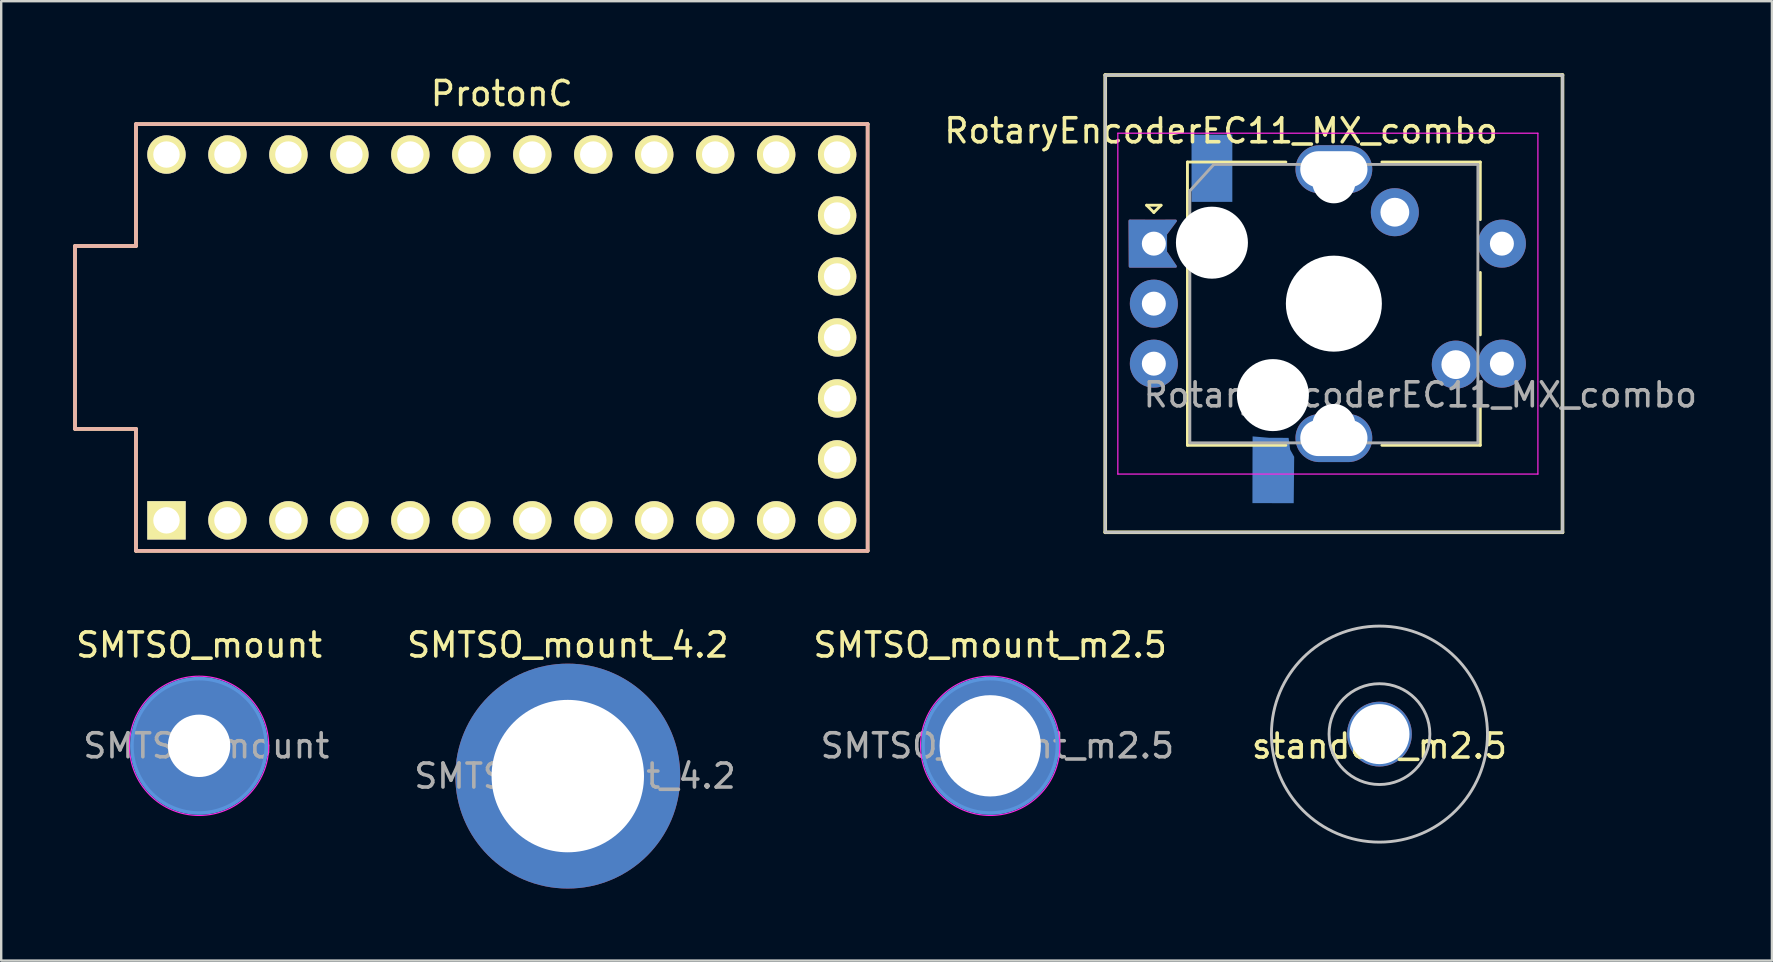
<source format=kicad_pcb>
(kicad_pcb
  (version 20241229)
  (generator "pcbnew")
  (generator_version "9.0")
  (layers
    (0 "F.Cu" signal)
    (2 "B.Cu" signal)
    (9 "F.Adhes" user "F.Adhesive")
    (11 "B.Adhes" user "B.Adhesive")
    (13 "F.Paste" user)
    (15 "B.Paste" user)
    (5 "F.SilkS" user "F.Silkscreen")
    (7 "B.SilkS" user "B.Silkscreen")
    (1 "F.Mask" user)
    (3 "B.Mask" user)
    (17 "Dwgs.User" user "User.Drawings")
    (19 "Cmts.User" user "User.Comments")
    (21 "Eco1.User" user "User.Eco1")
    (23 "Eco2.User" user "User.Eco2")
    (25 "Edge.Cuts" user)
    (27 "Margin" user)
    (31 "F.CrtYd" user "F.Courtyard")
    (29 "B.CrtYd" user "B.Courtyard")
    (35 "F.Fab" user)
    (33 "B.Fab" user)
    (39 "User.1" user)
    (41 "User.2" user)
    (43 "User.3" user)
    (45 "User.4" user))
  (footprint "standoff_m2.5"
    (layer "F.Cu")
    (at 54.418 27.533)
    (property "Reference" "standoff_m2.5" (at 0 0.5 0) (layer "F.SilkS") (effects (font (size 1 1) (thickness 0.15))))
    (attr through_hole)
    (fp_circle (center 0 0) (end 2.1 0) (stroke (width 0.12) (type solid)) (fill no) (layer "Dwgs.User"))
    (fp_circle (center 0 0) (end 4.5 0) (stroke (width 0.12) (type solid)) (fill no) (layer "Dwgs.User"))
    (pad "1" thru_hole circle (at 0 0) (size 2.7 2.7) (drill 2.5) (layers "*.Cu" "*.Mask" "Eco2.User")))
  (footprint "SMTSO_mount_m2.5"
    (layer "F.Cu")
    (at 38.201 28.021)
    (property "Reference" "SMTSO_mount_m2.5" (at 0 -4.2 0) (layer "F.SilkS") (effects (font (size 1 1) (thickness 0.15))))
    (attr exclude_from_pos_files exclude_from_bom)
    (fp_circle (center 0 0) (end 2.8 0) (stroke (width 0.15) (type solid)) (fill no) (layer "Cmts.User"))
    (fp_circle (center 0 0) (end 2.9 0) (stroke (width 0.05) (type solid)) (fill no) (layer "F.CrtYd"))
    (fp_text user "${REFERENCE}" (at 0.3 0 0) (layer "F.Fab") (effects (font (size 1 1) (thickness 0.15))))
    (pad "1" thru_hole circle (at 0 0) (size 5.56 5.56) (drill 4.22) (layers "*.Cu" "*.Mask")))
  (footprint "SMTSO_mount"
    (layer "F.Cu")
    (at 5.244 28.021)
    (property "Reference" "SMTSO_mount" (at 0 -4.2 0) (layer "F.SilkS") (effects (font (size 1 1) (thickness 0.15))))
    (attr exclude_from_pos_files exclude_from_bom)
    (fp_circle (center 0 0) (end 2.8 0) (stroke (width 0.15) (type solid)) (fill no) (layer "Cmts.User"))
    (fp_circle (center 0 0) (end 2.9 0) (stroke (width 0.05) (type solid)) (fill no) (layer "F.CrtYd"))
    (fp_text user "${REFERENCE}" (at 0.3 0 0) (layer "F.Fab") (effects (font (size 1 1) (thickness 0.15))))
    (pad "1" thru_hole circle (at 0 0) (size 5.56 5.56) (drill 2.6) (layers "*.Cu" "*.Mask")))
  (footprint "SMTSO_mount_4.2"
    (layer "F.Cu")
    (at 20.604 29.282)
    (property "Reference" "SMTSO_mount_4.2" (at 0 -5.461 0) (layer "F.SilkS") (effects (font (size 1 1) (thickness 0.15))))
    (attr exclude_from_pos_files exclude_from_bom)
    (fp_circle (center 0 0) (end 2.8 0) (stroke (width 0.15) (type solid)) (fill no) (layer "Cmts.User"))
    (fp_circle (center 0 0) (end 2.9 0) (stroke (width 0.05) (type solid)) (fill no) (layer "F.CrtYd"))
    (fp_text user "${REFERENCE}" (at 0.3 0 0) (layer "F.Fab") (effects (font (size 1 1) (thickness 0.15))))
    (pad "1" thru_hole circle (at 0 0) (size 9.37 9.37) (drill 6.35) (layers "*.Cu" "*.Mask")))
  (footprint "ProtonC"
    (layer "F.Cu")
    (at 17.855 11.008)
    (property "Reference" "ProtonC" (at 0 -10.16 0) (layer "F.SilkS") (effects (font (size 1 1) (thickness 0.15))))
    (attr through_hole)
    (fp_line (start -17.78 -3.81) (end -15.24 -3.81) (stroke (width 0.15) (type solid)) (layer "F.SilkS"))
    (fp_line (start -17.78 3.81) (end -17.78 -3.81) (stroke (width 0.15) (type solid)) (layer "F.SilkS"))
    (fp_line (start -15.24 -8.89) (end 15.24 -8.89) (stroke (width 0.15) (type solid)) (layer "F.SilkS"))
    (fp_line (start -15.24 -3.81) (end -15.24 -8.89) (stroke (width 0.15) (type solid)) (layer "F.SilkS"))
    (fp_line (start -15.24 3.81) (end -17.78 3.81) (stroke (width 0.15) (type solid)) (layer "F.SilkS"))
    (fp_line (start -15.24 8.89) (end -15.24 3.81) (stroke (width 0.15) (type solid)) (layer "F.SilkS"))
    (fp_line (start -15.24 8.89) (end 15.24 8.89) (stroke (width 0.15) (type solid)) (layer "F.SilkS"))
    (fp_line (start 15.24 -8.89) (end 15.24 8.89) (stroke (width 0.15) (type solid)) (layer "F.SilkS"))
    (fp_line (start -17.78 -3.81) (end -15.24 -3.81) (stroke (width 0.15) (type solid)) (layer "B.SilkS"))
    (fp_line (start -17.78 3.81) (end -17.78 -3.81) (stroke (width 0.15) (type solid)) (layer "B.SilkS"))
    (fp_line (start -15.24 -8.89) (end 15.24 -8.89) (stroke (width 0.15) (type solid)) (layer "B.SilkS"))
    (fp_line (start -15.24 -3.81) (end -15.24 -8.89) (stroke (width 0.15) (type solid)) (layer "B.SilkS"))
    (fp_line (start -15.24 3.81) (end -17.78 3.81) (stroke (width 0.15) (type solid)) (layer "B.SilkS"))
    (fp_line (start -15.24 8.89) (end -15.24 3.81) (stroke (width 0.15) (type solid)) (layer "B.SilkS"))
    (fp_line (start 15.24 -8.89) (end 15.24 8.89) (stroke (width 0.15) (type solid)) (layer "B.SilkS"))
    (fp_line (start 15.24 8.89) (end -15.24 8.89) (stroke (width 0.15) (type solid)) (layer "B.SilkS"))
    (pad "1" thru_hole rect (at -13.97 7.62) (size 1.6 1.6) (drill 1.1) (layers "*.Cu" "*.Mask" "F.SilkS"))
    (pad "2" thru_hole circle (at -11.43 7.62) (size 1.6 1.6) (drill 1.1) (layers "*.Cu" "*.Mask" "F.SilkS"))
    (pad "3" thru_hole circle (at -8.89 7.62) (size 1.6 1.6) (drill 1.1) (layers "*.Cu" "*.Mask" "F.SilkS"))
    (pad "4" thru_hole circle (at -6.35 7.62) (size 1.6 1.6) (drill 1.1) (layers "*.Cu" "*.Mask" "F.SilkS"))
    (pad "5" thru_hole circle (at -3.81 7.62) (size 1.6 1.6) (drill 1.1) (layers "*.Cu" "*.Mask" "F.SilkS"))
    (pad "6" thru_hole circle (at -1.27 7.62) (size 1.6 1.6) (drill 1.1) (layers "*.Cu" "*.Mask" "F.SilkS"))
    (pad "7" thru_hole circle (at 1.27 7.62) (size 1.6 1.6) (drill 1.1) (layers "*.Cu" "*.Mask" "F.SilkS"))
    (pad "8" thru_hole circle (at 3.81 7.62) (size 1.6 1.6) (drill 1.1) (layers "*.Cu" "*.Mask" "F.SilkS"))
    (pad "9" thru_hole circle (at 6.35 7.62) (size 1.6 1.6) (drill 1.1) (layers "*.Cu" "*.Mask" "F.SilkS"))
    (pad "10" thru_hole circle (at 8.89 7.62) (size 1.6 1.6) (drill 1.1) (layers "*.Cu" "*.Mask" "F.SilkS"))
    (pad "11" thru_hole circle (at 11.43 7.62) (size 1.6 1.6) (drill 1.1) (layers "*.Cu" "*.Mask" "F.SilkS"))
    (pad "12" thru_hole circle (at 13.97 7.62) (size 1.6 1.6) (drill 1.1) (layers "*.Cu" "*.Mask" "F.SilkS"))
    (pad "13" thru_hole circle (at 13.97 -7.62) (size 1.6 1.6) (drill 1.1) (layers "*.Cu" "*.Mask" "F.SilkS"))
    (pad "14" thru_hole circle (at 11.43 -7.62) (size 1.6 1.6) (drill 1.1) (layers "*.Cu" "*.Mask" "F.SilkS"))
    (pad "15" thru_hole circle (at 8.89 -7.62) (size 1.6 1.6) (drill 1.1) (layers "*.Cu" "*.Mask" "F.SilkS"))
    (pad "16" thru_hole circle (at 6.35 -7.62) (size 1.6 1.6) (drill 1.1) (layers "*.Cu" "*.Mask" "F.SilkS"))
    (pad "17" thru_hole circle (at 3.81 -7.62) (size 1.6 1.6) (drill 1.1) (layers "*.Cu" "*.Mask" "F.SilkS"))
    (pad "18" thru_hole circle (at 1.27 -7.62) (size 1.6 1.6) (drill 1.1) (layers "*.Cu" "*.Mask" "F.SilkS"))
    (pad "19" thru_hole circle (at -1.27 -7.62) (size 1.6 1.6) (drill 1.1) (layers "*.Cu" "*.Mask" "F.SilkS"))
    (pad "20" thru_hole circle (at -3.81 -7.62) (size 1.6 1.6) (drill 1.1) (layers "*.Cu" "*.Mask" "F.SilkS"))
    (pad "21" thru_hole circle (at -6.35 -7.62) (size 1.6 1.6) (drill 1.1) (layers "*.Cu" "*.Mask" "F.SilkS"))
    (pad "22" thru_hole circle (at -8.89 -7.62) (size 1.6 1.6) (drill 1.1) (layers "*.Cu" "*.Mask" "F.SilkS"))
    (pad "23" thru_hole circle (at -11.43 -7.62) (size 1.6 1.6) (drill 1.1) (layers "*.Cu" "*.Mask" "F.SilkS"))
    (pad "24" thru_hole circle (at -13.97 -7.62) (size 1.6 1.6) (drill 1.1) (layers "*.Cu" "*.Mask" "F.SilkS"))
    (pad "25" thru_hole circle (at 13.97 5.08) (size 1.6 1.6) (drill 1.1) (layers "*.Cu" "*.Mask" "F.SilkS"))
    (pad "26" thru_hole circle (at 13.97 2.54) (size 1.6 1.6) (drill 1.1) (layers "*.Cu" "*.Mask" "F.SilkS"))
    (pad "27" thru_hole circle (at 13.97 0) (size 1.6 1.6) (drill 1.1) (layers "*.Cu" "*.Mask" "F.SilkS"))
    (pad "28" thru_hole circle (at 13.97 -2.54) (size 1.6 1.6) (drill 1.1) (layers "*.Cu" "*.Mask" "F.SilkS"))
    (pad "29" thru_hole circle (at 13.97 -5.08) (size 1.6 1.6) (drill 1.1) (layers "*.Cu" "*.Mask" "F.SilkS")))
  (footprint "RotaryEncoderEC11_MX_combo"
    (layer "F.Cu")
    (at 52.519 9.6)
    (property "Reference" "RotaryEncoderEC11_MX_combo" (at -4.7 -7.2 0) (layer "F.SilkS") (effects (font (size 1 1) (thickness 0.15))))
    (attr through_hole)
    (fp_line (start -9.525 -9.525) (end -9.525 9.525) (stroke (width 0.15) (type solid)) (layer "F.SilkS"))
    (fp_line (start -9.525 -9.525) (end 9.525 -9.525) (stroke (width 0.15) (type solid)) (layer "F.SilkS"))
    (fp_line (start -9.525 9.525) (end 9.525 9.525) (stroke (width 0.15) (type solid)) (layer "F.SilkS"))
    (fp_line (start -7.8 -4.1) (end -7.2 -4.1) (stroke (width 0.12) (type solid)) (layer "F.SilkS"))
    (fp_line (start -7.5 -3.8) (end -7.8 -4.1) (stroke (width 0.12) (type solid)) (layer "F.SilkS"))
    (fp_line (start -7.2 -4.1) (end -7.5 -3.8) (stroke (width 0.12) (type solid)) (layer "F.SilkS"))
    (fp_line (start -6.1 -5.9) (end -6.1 5.9) (stroke (width 0.12) (type solid)) (layer "F.SilkS"))
    (fp_line (start -2 -5.9) (end -6.1 -5.9) (stroke (width 0.12) (type solid)) (layer "F.SilkS"))
    (fp_line (start -2 5.9) (end -6.1 5.9) (stroke (width 0.12) (type solid)) (layer "F.SilkS"))
    (fp_line (start 2 -5.9) (end 6.1 -5.9) (stroke (width 0.12) (type solid)) (layer "F.SilkS"))
    (fp_line (start 6.1 -5.9) (end 6.1 -3.5) (stroke (width 0.12) (type solid)) (layer "F.SilkS"))
    (fp_line (start 6.1 -1.3) (end 6.1 1.3) (stroke (width 0.12) (type solid)) (layer "F.SilkS"))
    (fp_line (start 6.1 3.5) (end 6.1 5.9) (stroke (width 0.12) (type solid)) (layer "F.SilkS"))
    (fp_line (start 6.1 5.9) (end 2 5.9) (stroke (width 0.12) (type solid)) (layer "F.SilkS"))
    (fp_line (start 9.525 9.525) (end 9.525 -9.525) (stroke (width 0.15) (type solid)) (layer "F.SilkS"))
    (fp_rect (start -9.525 -9.525) (end 9.525 9.525) (stroke (width 0.12) (type solid)) (fill no) (layer "Dwgs.User"))
    (fp_rect (start -6.985 -6.985) (end 6.985 6.985) (stroke (width 0.12) (type solid)) (fill no) (layer "Eco2.User"))
    (fp_line (start -9 -7.1) (end -9 7.1) (stroke (width 0.05) (type solid)) (layer "F.CrtYd"))
    (fp_line (start -9 -7.1) (end 8.5 -7.1) (stroke (width 0.05) (type solid)) (layer "F.CrtYd"))
    (fp_line (start 8.5 7.1) (end -9 7.1) (stroke (width 0.05) (type solid)) (layer "F.CrtYd"))
    (fp_line (start 8.5 7.1) (end 8.5 -7.1) (stroke (width 0.05) (type solid)) (layer "F.CrtYd"))
    (fp_line (start -6 -4.7) (end -5 -5.8) (stroke (width 0.12) (type solid)) (layer "F.Fab"))
    (fp_line (start -6 5.8) (end -6 -4.7) (stroke (width 0.12) (type solid)) (layer "F.Fab"))
    (fp_line (start -5 -5.8) (end 6 -5.8) (stroke (width 0.12) (type solid)) (layer "F.Fab"))
    (fp_line (start 6 -5.8) (end 6 5.8) (stroke (width 0.12) (type solid)) (layer "F.Fab"))
    (fp_line (start 6 5.8) (end -6 5.8) (stroke (width 0.12) (type solid)) (layer "F.Fab"))
    (fp_text user "${REFERENCE}" (at 3.6 3.8 0) (layer "F.Fab") (effects (font (size 1 1) (thickness 0.15))))
    (pad "" np_thru_hole circle (at -5.08 -2.54) (size 3 3) (drill 3) (layers "*.Cu" "*.Mask"))
    (pad "" np_thru_hole circle (at -2.54 3.81) (size 3 3) (drill 3) (layers "*.Cu" "*.Mask"))
    (pad "" np_thru_hole oval (at 0 -5.6) (size 3.2 2) (drill oval 2.8 1.5) (layers "*.Cu" "*.Mask"))
    (pad "" np_thru_hole circle (at 0 -5.08) (size 1.8 1.8) (drill 1.8) (layers "*.Cu" "*.Mask"))
    (pad "" np_thru_hole circle (at 0 0 270) (size 4 4) (drill 4) (layers "*.Cu" "*.Mask"))
    (pad "" np_thru_hole circle (at 0 5.08) (size 1.8 1.8) (drill 1.8) (layers "*.Cu" "*.Mask"))
    (pad "" np_thru_hole oval (at 0 5.6) (size 3.2 2) (drill oval 2.8 1.5) (layers "*.Cu" "*.Mask"))
    (pad "A" thru_hole custom (at -7.5 -2.5) (size 1.1 2) (drill 1) (layers "*.Cu" "*.Mask") (options (anchor rect)) (primitives (gr_poly (pts (xy 0.91 0.952) (xy 0.524 0.95) (xy 0.524 0.383)) (width 0.1) (fill yes)) (gr_poly (pts (xy 0.515 -0.421) (xy 0.419 -0.95) (xy 0.913 -0.951)) (width 0.1) (fill yes)) (gr_poly (pts (xy -0.365 -0.951) (xy -0.576 0.009) (xy -0.332 0.952) (xy -0.996 0.952) (xy -1.006 -0.953)) (width 0.1) (fill yes))))
    (pad "B" thru_hole circle (at -7.5 2.5) (size 2 2) (drill 1) (layers "*.Cu" "*.Mask"))
    (pad "C" thru_hole circle (at -7.5 0) (size 2 2) (drill 1) (layers "*.Cu" "*.Mask"))
    (pad "S1" smd custom (at -3.04 7.41) (size 0.7 1.8) (layers "B.Cu" "B.Mask" "B.Paste") (options (anchor rect)) (primitives (gr_poly (pts (xy 0.338 -1.822) (xy 1.154 -1.819) (xy 1.22 -1.326) (xy 1.387 -1.028) (xy 1.367 0.903) (xy -0.353 0.901) (xy -0.35 -0.898) (xy -0.346 -1.88)) (width 0) (fill yes))))
    (pad "S1" thru_hole circle (at 5.08 2.54) (size 2 2) (drill 1.2) (layers "*.Cu" "*.Mask"))
    (pad "S1" thru_hole circle (at 7 2.5) (size 2 2) (drill 1) (layers "*.Cu" "*.Mask"))
    (pad "S2" smd rect (at -5.08 -5.64) (size 1.7 2.8) (layers "B.Cu" "B.Mask" "B.Paste"))
    (pad "S2" thru_hole circle (at 2.54 -3.81) (size 2 2) (drill 1.2) (layers "*.Cu" "*.Mask"))
    (pad "S2" thru_hole circle (at 7 -2.5) (size 2 2) (drill 1) (layers "*.Cu" "*.Mask")))
  (gr_rect
    (start -3 -3)
    (end 70.768 36.968)
    (stroke (width 0.1) (type default))
    (fill no)
    (layer "Edge.Cuts")))
</source>
